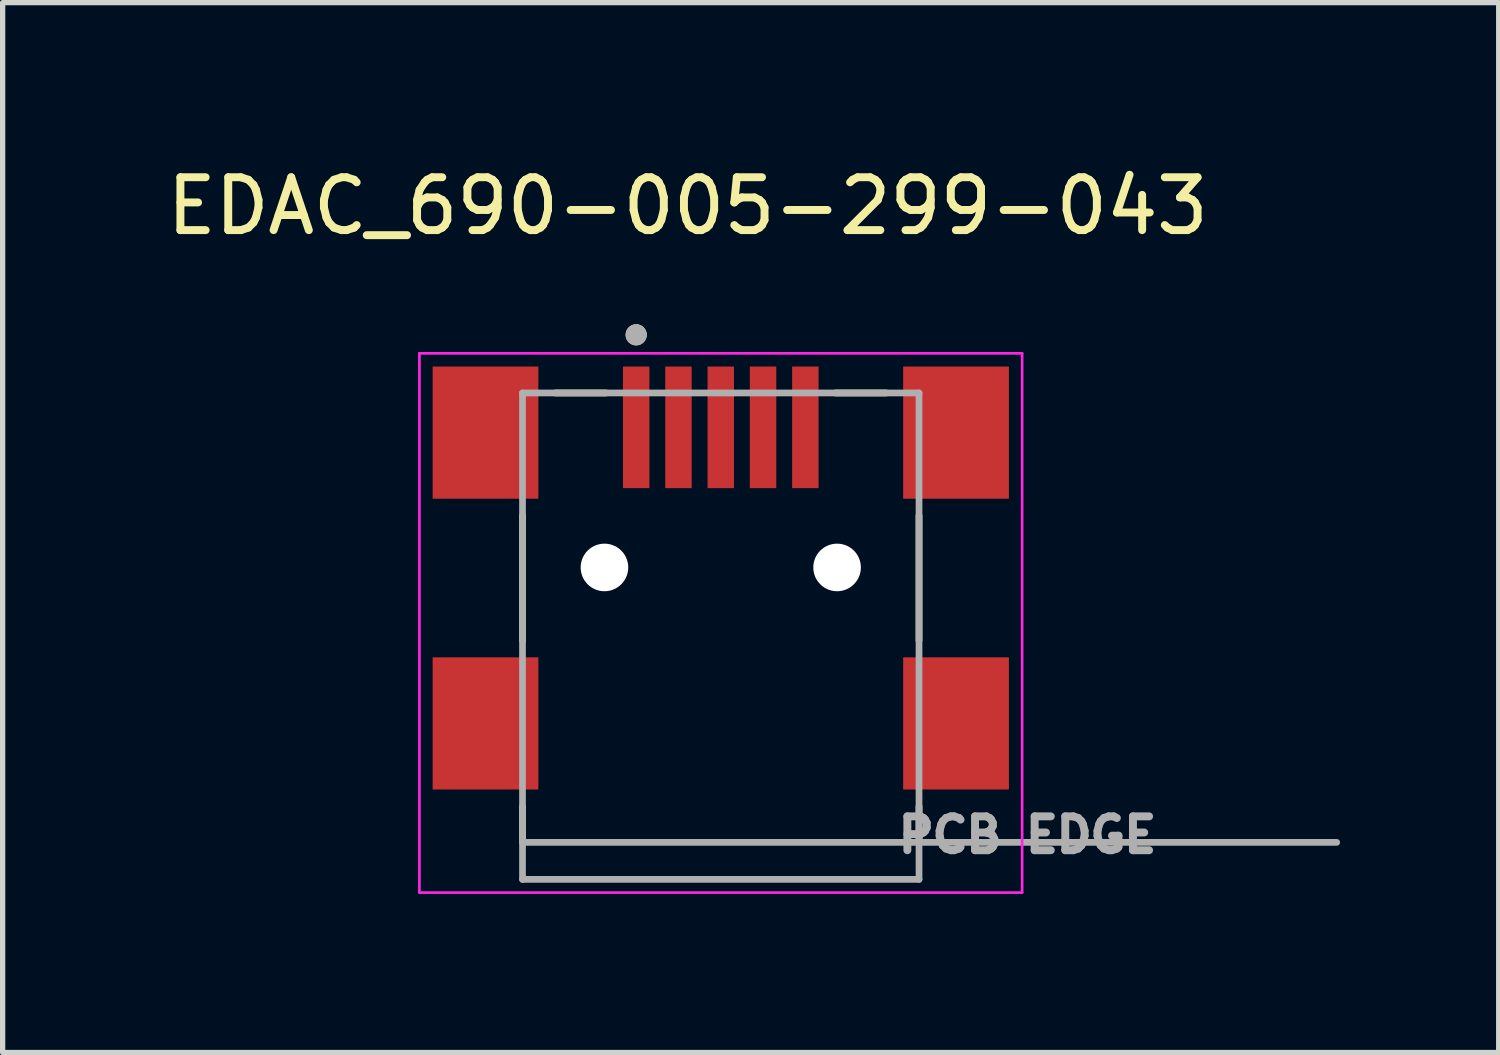
<source format=kicad_pcb>
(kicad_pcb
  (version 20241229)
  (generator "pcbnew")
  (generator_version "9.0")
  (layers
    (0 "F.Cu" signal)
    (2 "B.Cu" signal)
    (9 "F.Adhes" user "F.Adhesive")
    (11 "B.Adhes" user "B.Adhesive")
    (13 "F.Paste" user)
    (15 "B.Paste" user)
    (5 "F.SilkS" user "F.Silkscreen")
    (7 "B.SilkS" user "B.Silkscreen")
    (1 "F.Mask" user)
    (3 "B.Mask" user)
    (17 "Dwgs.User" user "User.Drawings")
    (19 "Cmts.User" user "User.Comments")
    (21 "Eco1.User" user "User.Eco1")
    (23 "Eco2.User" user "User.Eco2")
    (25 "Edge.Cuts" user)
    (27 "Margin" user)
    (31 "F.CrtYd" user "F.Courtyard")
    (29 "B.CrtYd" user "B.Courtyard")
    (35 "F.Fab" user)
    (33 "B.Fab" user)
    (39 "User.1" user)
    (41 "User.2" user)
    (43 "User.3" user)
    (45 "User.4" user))
  (footprint "EDAC_690-005-299-043"
    (layer "F.Cu")
    (at 10.583 7.683)
    (property "Reference" "EDAC_690-005-299-043" (at -0.625 -6.835 0) (layer "F.SilkS") (effects (font (size 1 1) (thickness 0.15))))
    (attr through_hole)
    (fp_line (start -3.75 1.38) (end -3.75 -0.98) (stroke (width 0.127) (type solid)) (layer "F.SilkS"))
    (fp_line (start -3.75 4.52) (end -3.75 5.2) (stroke (width 0.127) (type solid)) (layer "F.SilkS"))
    (fp_line (start -3.13 -3.3) (end -2.17 -3.3) (stroke (width 0.127) (type solid)) (layer "F.SilkS"))
    (fp_line (start 3.13 -3.3) (end 2.17 -3.3) (stroke (width 0.127) (type solid)) (layer "F.SilkS"))
    (fp_line (start 3.75 1.38) (end 3.75 -0.98) (stroke (width 0.127) (type solid)) (layer "F.SilkS"))
    (fp_line (start 3.75 4.52) (end 3.75 5.2) (stroke (width 0.127) (type solid)) (layer "F.SilkS"))
    (fp_circle (center -1.6 -4.4) (end -1.5 -4.4) (stroke (width 0.2) (type solid)) (fill no) (layer "F.SilkS"))
    (fp_line (start -5.7 -4.05) (end -5.7 6.15) (stroke (width 0.05) (type solid)) (layer "F.CrtYd"))
    (fp_line (start -5.7 6.15) (end 5.7 6.15) (stroke (width 0.05) (type solid)) (layer "F.CrtYd"))
    (fp_line (start 5.7 -4.05) (end -5.7 -4.05) (stroke (width 0.05) (type solid)) (layer "F.CrtYd"))
    (fp_line (start 5.7 6.15) (end 5.7 -4.05) (stroke (width 0.05) (type solid)) (layer "F.CrtYd"))
    (fp_line (start -3.75 -3.3) (end -3.75 5.2) (stroke (width 0.127) (type solid)) (layer "F.Fab"))
    (fp_line (start -3.75 5.2) (end -3.75 5.9) (stroke (width 0.127) (type solid)) (layer "F.Fab"))
    (fp_line (start -3.75 5.2) (end 11.65 5.2) (stroke (width 0.127) (type solid)) (layer "F.Fab"))
    (fp_line (start -3.75 5.9) (end 3.75 5.9) (stroke (width 0.127) (type solid)) (layer "F.Fab"))
    (fp_line (start 3.75 -3.3) (end -3.75 -3.3) (stroke (width 0.127) (type solid)) (layer "F.Fab"))
    (fp_line (start 3.75 5.9) (end 3.75 -3.3) (stroke (width 0.127) (type solid)) (layer "F.Fab"))
    (fp_circle (center -1.6 -4.4) (end -1.5 -4.4) (stroke (width 0.2) (type solid)) (fill no) (layer "F.Fab"))
    (fp_text user "PCB EDGE" (at 5.8 5.06 0) (layer "F.Fab") (effects (font (size 0.64 0.64) (thickness 0.15))))
    (pad "" np_thru_hole circle (at -2.2 0) (size 0.9 0.9) (drill 0.9) (layers "*.Cu" "*.Mask"))
    (pad "" np_thru_hole circle (at 2.2 0) (size 0.9 0.9) (drill 0.9) (layers "*.Cu" "*.Mask"))
    (pad "1" smd rect (at -1.6 -2.65) (size 0.5 2.3) (layers "F.Cu" "F.Mask" "F.Paste"))
    (pad "2" smd rect (at -0.8 -2.65) (size 0.5 2.3) (layers "F.Cu" "F.Mask" "F.Paste"))
    (pad "3" smd rect (at 0 -2.65) (size 0.5 2.3) (layers "F.Cu" "F.Mask" "F.Paste"))
    (pad "4" smd rect (at 0.8 -2.65) (size 0.5 2.3) (layers "F.Cu" "F.Mask" "F.Paste"))
    (pad "5" smd rect (at 1.6 -2.65) (size 0.5 2.3) (layers "F.Cu" "F.Mask" "F.Paste"))
    (pad "S1" smd rect (at -4.45 -2.55) (size 2 2.5) (layers "F.Cu" "F.Mask" "F.Paste"))
    (pad "S2" smd rect (at 4.45 -2.55) (size 2 2.5) (layers "F.Cu" "F.Mask" "F.Paste"))
    (pad "S3" smd rect (at 4.45 2.95) (size 2 2.5) (layers "F.Cu" "F.Mask" "F.Paste"))
    (pad "S4" smd rect (at -4.45 2.95) (size 2 2.5) (layers "F.Cu" "F.Mask" "F.Paste"))
    (zone (net_name "") (layer "F.Cu") (hatch full 0.508) (connect_pads) (min_thickness 0.01) (filled_areas_thickness no) (keepout (tracks not_allowed) (vias not_allowed) (pads not_allowed) (copperpour not_allowed) (footprints allowed)) (placement (enabled no)) (fill) (polygon (pts (xy 7.133 3.883) (xy 7.133 11.683) (xy 7.133 12.883) (xy 14.033 12.883) (xy 14.033 3.883) (xy 12.433 3.883) (xy 12.433 6.183) (xy 8.733 6.183) (xy 8.733 3.883))))
    (zone (net_name "") (layers "F.Cu" "B.Cu") (hatch full 0.508) (connect_pads) (min_thickness 0.01) (filled_areas_thickness no) (keepout (tracks allowed) (vias not_allowed) (pads allowed) (copperpour allowed) (footprints allowed)) (placement (enabled no)) (fill) (polygon (pts (xy 7.133 3.883) (xy 7.133 12.883) (xy 14.033 12.883) (xy 14.033 3.883) (xy 12.433 3.883) (xy 12.433 6.183) (xy 8.733 6.183) (xy 8.733 3.883)))))
  (gr_rect
    (start -3 -3)
    (end 25.297 16.858)
    (stroke (width 0.1) (type default))
    (fill no)
    (layer "Edge.Cuts")))
</source>
